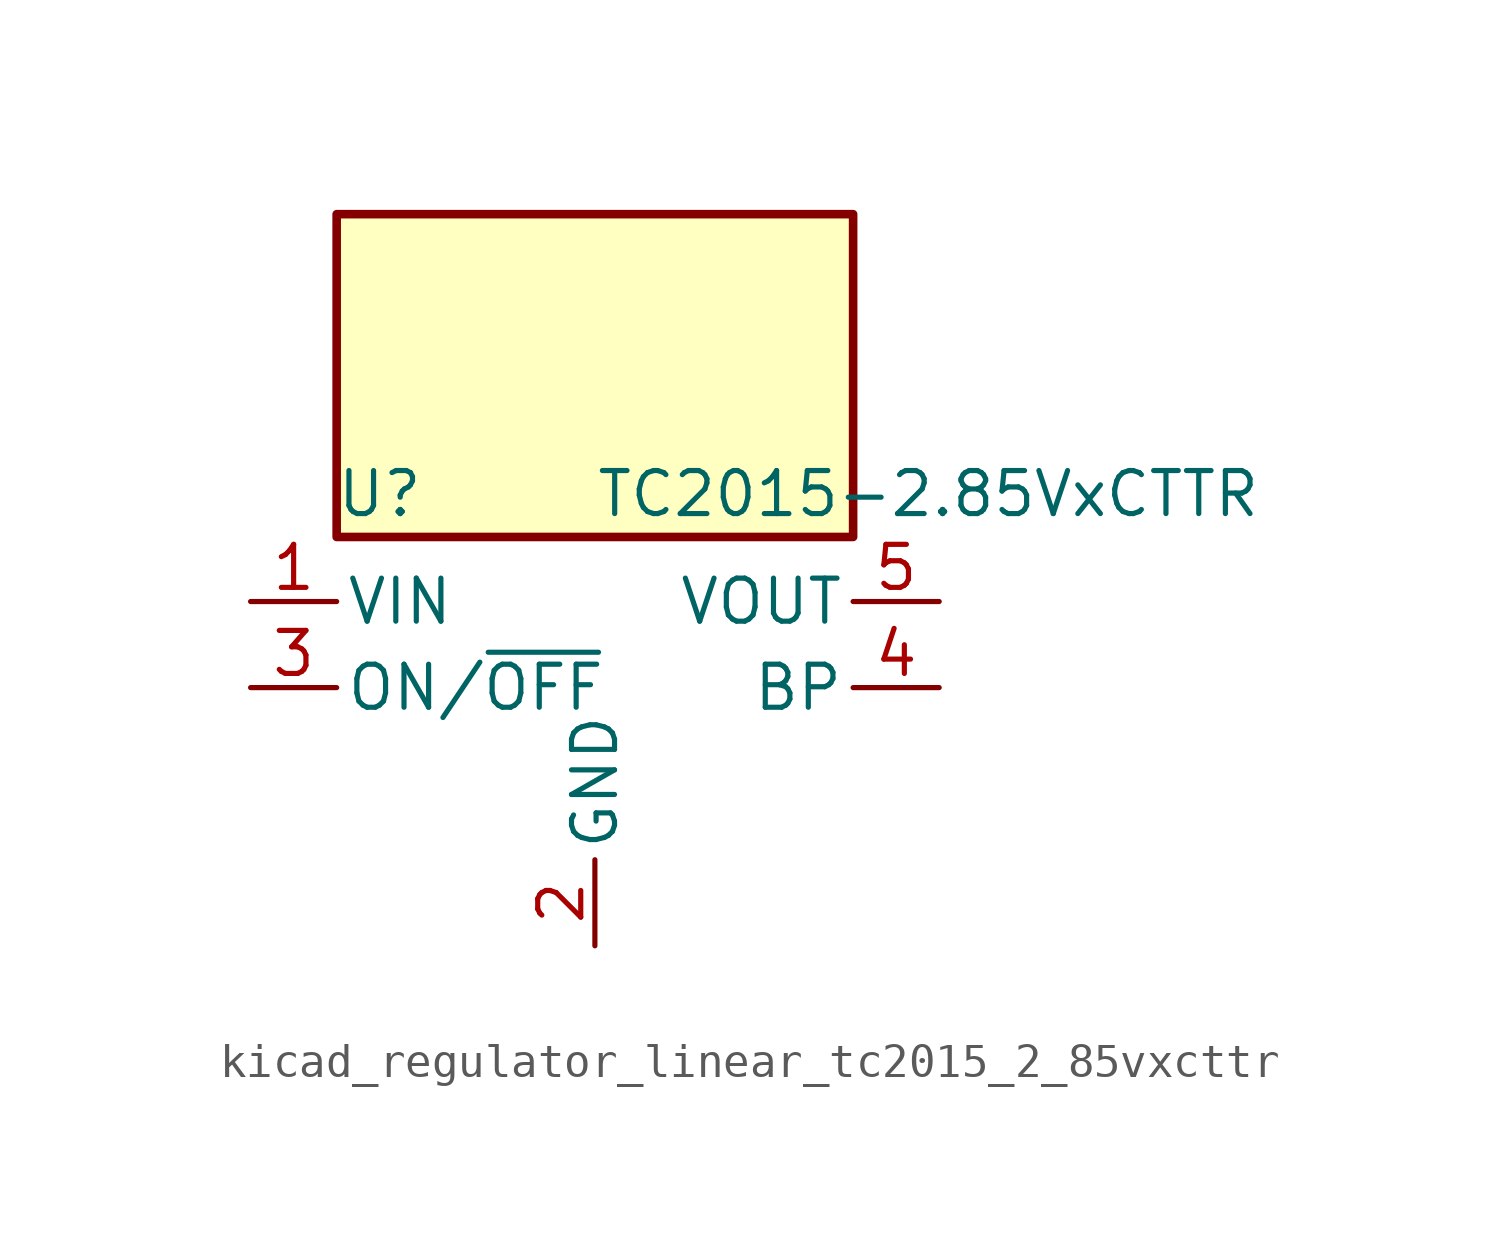
<source format=kicad_sym>
(kicad_symbol_lib
  (version 20220914)
  (generator kicad_symbol_editor)
  (symbol "kicad_regulator_linear_tc2015_2_85vxcttr"
    (pin_names
      (offset 0.254))
    (property "Reference" "U"
      (at -6.35 5.715 0)
      (effects (font (size 1.27 1.27))))
    (property "Value" "TC2015-2.85VxCTTR"
      (at 0 5.715 0)
      (effects (font (size 1.27 1.27)) (justify left)))
    (symbol "kicad_regulator_linear_tc2015_2_85vxcttr_0_1"
      (rectangle (start 7.62 13.97) (end -7.62 4.445) (stroke (width 0.254) (type default)) (fill (type background))))
    (symbol "kicad_regulator_linear_tc2015_2_85vxcttr_1_1"
      (pin power_in line (at -10.16 2.54 0) (length 2.54) (name "VIN" (effects (font (size 1.27 1.27)))) (number "1" (effects (font (size 1.27 1.27)))))
      (pin power_in line (at 0 -7.62 90) (length 2.54) (name "GND" (effects (font (size 1.27 1.27)))) (number "2" (effects (font (size 1.27 1.27)))))
      (pin input line (at -10.16 0 0) (length 2.54) (name "ON/~{OFF}" (effects (font (size 1.27 1.27)))) (number "3" (effects (font (size 1.27 1.27)))))
      (pin input line (at 10.16 0 180) (length 2.54) (name "BP" (effects (font (size 1.27 1.27)))) (number "4" (effects (font (size 1.27 1.27)))))
      (pin power_out line (at 10.16 2.54 180) (length 2.54) (name "VOUT" (effects (font (size 1.27 1.27)))) (number "5" (effects (font (size 1.27 1.27))))))))
</source>
